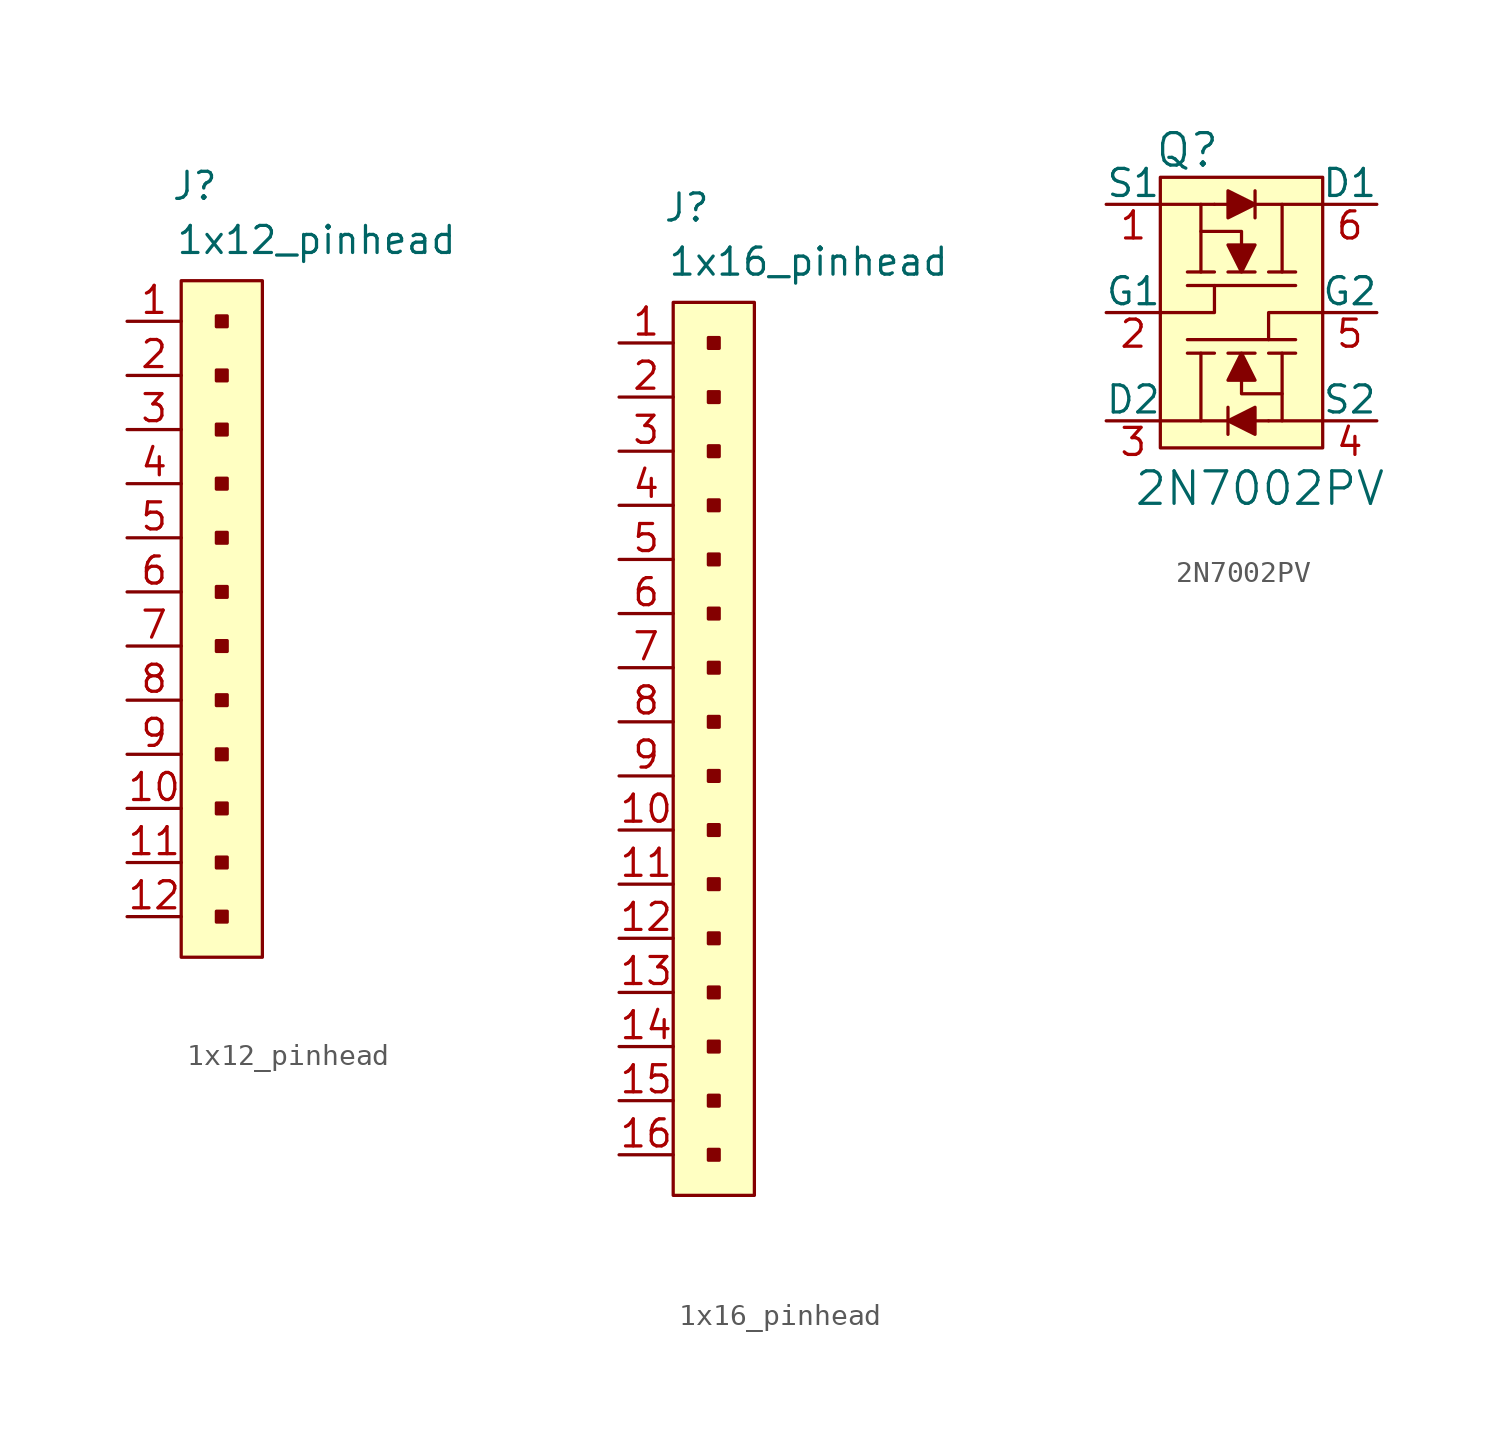
<source format=kicad_sym>
(kicad_symbol_lib
  (version 20211014)
  (generator kicad_symbol_editor)
  (symbol "1x12_pinhead"
    (pin_names
      (offset 1.016))
    (property "Reference" "J"
      (at 3.175 2.54 0)
      (effects (font (size 1.27 1.27))))
    (property "Value" "1x12_pinhead"
      (at 8.89 0 0)
      (effects (font (size 1.27 1.27))))
    (symbol "1x12_pinhead_0_1"
      (rectangle (start 2.54 -1.905) (end 6.35 -33.655) (stroke (width 0) (type default) (color 0 0 0 0)) (fill (type background))))
    (symbol "1x12_pinhead_1_1"
      (rectangle (start 4.191 -31.496) (end 4.699 -32.004) (stroke (width 0) (type default) (color 0 0 0 0)) (fill (type outline)))
      (rectangle (start 4.191 -28.956) (end 4.699 -29.464) (stroke (width 0) (type default) (color 0 0 0 0)) (fill (type outline)))
      (rectangle (start 4.191 -26.416) (end 4.699 -26.924) (stroke (width 0) (type default) (color 0 0 0 0)) (fill (type outline)))
      (rectangle (start 4.191 -23.876) (end 4.699 -24.384) (stroke (width 0) (type default) (color 0 0 0 0)) (fill (type outline)))
      (rectangle (start 4.191 -21.336) (end 4.699 -21.844) (stroke (width 0) (type default) (color 0 0 0 0)) (fill (type outline)))
      (rectangle (start 4.191 -18.796) (end 4.699 -19.304) (stroke (width 0) (type default) (color 0 0 0 0)) (fill (type outline)))
      (rectangle (start 4.191 -16.256) (end 4.699 -16.764) (stroke (width 0) (type default) (color 0 0 0 0)) (fill (type outline)))
      (rectangle (start 4.191 -13.716) (end 4.699 -14.224) (stroke (width 0) (type default) (color 0 0 0 0)) (fill (type outline)))
      (rectangle (start 4.191 -11.176) (end 4.699 -11.684) (stroke (width 0) (type default) (color 0 0 0 0)) (fill (type outline)))
      (rectangle (start 4.191 -8.636) (end 4.699 -9.144) (stroke (width 0) (type default) (color 0 0 0 0)) (fill (type outline)))
      (rectangle (start 4.191 -6.096) (end 4.699 -6.604) (stroke (width 0) (type default) (color 0 0 0 0)) (fill (type outline)))
      (rectangle (start 4.191 -3.556) (end 4.699 -4.064) (stroke (width 0) (type default) (color 0 0 0 0)) (fill (type outline)))
      (pin input line (at 0 -3.81 0) (length 2.54) (name "~" (effects (font (size 1.27 1.27)))) (number "1" (effects (font (size 1.27 1.27)))))
      (pin input line (at 0 -26.67 0) (length 2.54) (name "~" (effects (font (size 1.27 1.27)))) (number "10" (effects (font (size 1.27 1.27)))))
      (pin input line (at 0 -29.21 0) (length 2.54) (name "~" (effects (font (size 1.27 1.27)))) (number "11" (effects (font (size 1.27 1.27)))))
      (pin input line (at 0 -31.75 0) (length 2.54) (name "~" (effects (font (size 1.27 1.27)))) (number "12" (effects (font (size 1.27 1.27)))))
      (pin input line (at 0 -6.35 0) (length 2.54) (name "~" (effects (font (size 1.27 1.27)))) (number "2" (effects (font (size 1.27 1.27)))))
      (pin input line (at 0 -8.89 0) (length 2.54) (name "~" (effects (font (size 1.27 1.27)))) (number "3" (effects (font (size 1.27 1.27)))))
      (pin input line (at 0 -11.43 0) (length 2.54) (name "~" (effects (font (size 1.27 1.27)))) (number "4" (effects (font (size 1.27 1.27)))))
      (pin input line (at 0 -13.97 0) (length 2.54) (name "~" (effects (font (size 1.27 1.27)))) (number "5" (effects (font (size 1.27 1.27)))))
      (pin input line (at 0 -16.51 0) (length 2.54) (name "~" (effects (font (size 1.27 1.27)))) (number "6" (effects (font (size 1.27 1.27)))))
      (pin input line (at 0 -19.05 0) (length 2.54) (name "~" (effects (font (size 1.27 1.27)))) (number "7" (effects (font (size 1.27 1.27)))))
      (pin input line (at 0 -21.59 0) (length 2.54) (name "~" (effects (font (size 1.27 1.27)))) (number "8" (effects (font (size 1.27 1.27)))))
      (pin input line (at 0 -24.13 0) (length 2.54) (name "~" (effects (font (size 1.27 1.27)))) (number "9" (effects (font (size 1.27 1.27)))))))
  (symbol "1x16_pinhead"
    (pin_names
      (offset 1.016))
    (property "Reference" "J"
      (at 3.175 2.54 0)
      (effects (font (size 1.27 1.27))))
    (property "Value" "1x16_pinhead"
      (at 8.89 0 0)
      (effects (font (size 1.27 1.27))))
    (symbol "1x16_pinhead_0_1"
      (rectangle (start 2.54 -1.905) (end 6.35 -43.815) (stroke (width 0) (type default) (color 0 0 0 0)) (fill (type background))))
    (symbol "1x16_pinhead_1_1"
      (rectangle (start 4.191 -41.656) (end 4.699 -42.164) (stroke (width 0) (type default) (color 0 0 0 0)) (fill (type outline)))
      (rectangle (start 4.191 -39.116) (end 4.699 -39.624) (stroke (width 0) (type default) (color 0 0 0 0)) (fill (type outline)))
      (rectangle (start 4.191 -36.576) (end 4.699 -37.084) (stroke (width 0) (type default) (color 0 0 0 0)) (fill (type outline)))
      (rectangle (start 4.191 -34.036) (end 4.699 -34.544) (stroke (width 0) (type default) (color 0 0 0 0)) (fill (type outline)))
      (rectangle (start 4.191 -31.496) (end 4.699 -32.004) (stroke (width 0) (type default) (color 0 0 0 0)) (fill (type outline)))
      (rectangle (start 4.191 -28.956) (end 4.699 -29.464) (stroke (width 0) (type default) (color 0 0 0 0)) (fill (type outline)))
      (rectangle (start 4.191 -26.416) (end 4.699 -26.924) (stroke (width 0) (type default) (color 0 0 0 0)) (fill (type outline)))
      (rectangle (start 4.191 -23.876) (end 4.699 -24.384) (stroke (width 0) (type default) (color 0 0 0 0)) (fill (type outline)))
      (rectangle (start 4.191 -21.336) (end 4.699 -21.844) (stroke (width 0) (type default) (color 0 0 0 0)) (fill (type outline)))
      (rectangle (start 4.191 -18.796) (end 4.699 -19.304) (stroke (width 0) (type default) (color 0 0 0 0)) (fill (type outline)))
      (rectangle (start 4.191 -16.256) (end 4.699 -16.764) (stroke (width 0) (type default) (color 0 0 0 0)) (fill (type outline)))
      (rectangle (start 4.191 -13.716) (end 4.699 -14.224) (stroke (width 0) (type default) (color 0 0 0 0)) (fill (type outline)))
      (rectangle (start 4.191 -11.176) (end 4.699 -11.684) (stroke (width 0) (type default) (color 0 0 0 0)) (fill (type outline)))
      (rectangle (start 4.191 -8.636) (end 4.699 -9.144) (stroke (width 0) (type default) (color 0 0 0 0)) (fill (type outline)))
      (rectangle (start 4.191 -6.096) (end 4.699 -6.604) (stroke (width 0) (type default) (color 0 0 0 0)) (fill (type outline)))
      (rectangle (start 4.191 -3.556) (end 4.699 -4.064) (stroke (width 0) (type default) (color 0 0 0 0)) (fill (type outline)))
      (pin input line (at 0 -3.81 0) (length 2.54) (name "~" (effects (font (size 1.27 1.27)))) (number "1" (effects (font (size 1.27 1.27)))))
      (pin input line (at 0 -26.67 0) (length 2.54) (name "~" (effects (font (size 1.27 1.27)))) (number "10" (effects (font (size 1.27 1.27)))))
      (pin input line (at 0 -29.21 0) (length 2.54) (name "~" (effects (font (size 1.27 1.27)))) (number "11" (effects (font (size 1.27 1.27)))))
      (pin input line (at 0 -31.75 0) (length 2.54) (name "~" (effects (font (size 1.27 1.27)))) (number "12" (effects (font (size 1.27 1.27)))))
      (pin input line (at 0 -34.29 0) (length 2.54) (name "~" (effects (font (size 1.27 1.27)))) (number "13" (effects (font (size 1.27 1.27)))))
      (pin input line (at 0 -36.83 0) (length 2.54) (name "~" (effects (font (size 1.27 1.27)))) (number "14" (effects (font (size 1.27 1.27)))))
      (pin input line (at 0 -39.37 0) (length 2.54) (name "~" (effects (font (size 1.27 1.27)))) (number "15" (effects (font (size 1.27 1.27)))))
      (pin input line (at 0 -41.91 0) (length 2.54) (name "~" (effects (font (size 1.27 1.27)))) (number "16" (effects (font (size 1.27 1.27)))))
      (pin input line (at 0 -6.35 0) (length 2.54) (name "~" (effects (font (size 1.27 1.27)))) (number "2" (effects (font (size 1.27 1.27)))))
      (pin input line (at 0 -8.89 0) (length 2.54) (name "~" (effects (font (size 1.27 1.27)))) (number "3" (effects (font (size 1.27 1.27)))))
      (pin input line (at 0 -11.43 0) (length 2.54) (name "~" (effects (font (size 1.27 1.27)))) (number "4" (effects (font (size 1.27 1.27)))))
      (pin input line (at 0 -13.97 0) (length 2.54) (name "~" (effects (font (size 1.27 1.27)))) (number "5" (effects (font (size 1.27 1.27)))))
      (pin input line (at 0 -16.51 0) (length 2.54) (name "~" (effects (font (size 1.27 1.27)))) (number "6" (effects (font (size 1.27 1.27)))))
      (pin input line (at 0 -19.05 0) (length 2.54) (name "~" (effects (font (size 1.27 1.27)))) (number "7" (effects (font (size 1.27 1.27)))))
      (pin input line (at 0 -21.59 0) (length 2.54) (name "~" (effects (font (size 1.27 1.27)))) (number "8" (effects (font (size 1.27 1.27)))))
      (pin input line (at 0 -24.13 0) (length 2.54) (name "~" (effects (font (size 1.27 1.27)))) (number "9" (effects (font (size 1.27 1.27)))))))
  (symbol "2N7002PV"
    (pin_names
      (offset 0))
    (property "Reference" "Q"
      (at -3.81 7.62 0)
      (effects (font (size 1.524 1.524))))
    (property "Value" "2N7002PV"
      (at -6.35 -8.255 0)
      (effects (font (size 1.524 1.524)) (justify left)))
    (symbol "2N7002PV_0_1"
      (polyline (pts (xy -3.175 3.81) (xy -3.175 5.08)) (stroke (width 0) (type default) (color 0 0 0 0)) (fill (type none)))
      (polyline (pts (xy -2.54 1.905) (xy -3.81 1.905)) (stroke (width 0) (type default) (color 0 0 0 0)) (fill (type none)))
      (polyline (pts (xy -2.54 5.08) (xy -5.08 5.08)) (stroke (width 0) (type default) (color 0 0 0 0)) (fill (type none)))
      (polyline (pts (xy -2.54 5.08) (xy 2.54 5.08)) (stroke (width 0) (type default) (color 0 0 0 0)) (fill (type none)))
      (polyline (pts (xy -1.905 1.905) (xy -0.635 1.905)) (stroke (width 0) (type default) (color 0 0 0 0)) (fill (type none)))
      (polyline (pts (xy 0 1.905) (xy 1.27 1.905)) (stroke (width 0) (type default) (color 0 0 0 0)) (fill (type none)))
      (polyline (pts (xy 0.635 1.905) (xy 0.635 5.08)) (stroke (width 0) (type default) (color 0 0 0 0)) (fill (type none)))
      (polyline (pts (xy 1.27 1.27) (xy -3.81 1.27)) (stroke (width 0) (type default) (color 0 0 0 0)) (fill (type none)))
      (polyline (pts (xy -5.08 0) (xy -2.54 0) (xy -2.54 1.27)) (stroke (width 0) (type default) (color 0 0 0 0)) (fill (type none)))
      (polyline (pts (xy -1.905 3.175) (xy -1.27 1.905) (xy -0.635 3.175) (xy -1.905 3.175)) (stroke (width 0) (type default) (color 0 0 0 0)) (fill (type outline)))
      (polyline (pts (xy -1.27 3.175) (xy -1.27 3.81) (xy -3.175 3.81) (xy -3.175 1.905)) (stroke (width 0) (type default) (color 0 0 0 0)) (fill (type none)))
      (polyline (pts (xy -5.08 6.35) (xy 2.54 6.35) (xy 2.54 -6.35) (xy -5.08 -6.35) (xy -5.08 6.35)) (stroke (width 0) (type default) (color 0 0 0 0)) (fill (type background))))
    (symbol "2N7002PV_1_1"
      (polyline (pts (xy -3.81 -1.27) (xy 1.27 -1.27)) (stroke (width 0) (type default) (color 0 0 0 0)) (fill (type none)))
      (polyline (pts (xy -3.175 -1.905) (xy -3.175 -5.08)) (stroke (width 0) (type default) (color 0 0 0 0)) (fill (type none)))
      (polyline (pts (xy -2.54 -1.905) (xy -3.81 -1.905)) (stroke (width 0) (type default) (color 0 0 0 0)) (fill (type none)))
      (polyline (pts (xy -1.905 -4.445) (xy -1.905 -5.715)) (stroke (width 0) (type default) (color 0 0 0 0)) (fill (type none)))
      (polyline (pts (xy -0.635 -1.905) (xy -1.905 -1.905)) (stroke (width 0) (type default) (color 0 0 0 0)) (fill (type none)))
      (polyline (pts (xy -0.635 4.445) (xy -0.635 5.715)) (stroke (width 0) (type default) (color 0 0 0 0)) (fill (type none)))
      (polyline (pts (xy 0 -5.08) (xy -5.08 -5.08)) (stroke (width 0) (type default) (color 0 0 0 0)) (fill (type none)))
      (polyline (pts (xy 0 -5.08) (xy 2.54 -5.08)) (stroke (width 0) (type default) (color 0 0 0 0)) (fill (type none)))
      (polyline (pts (xy 0 -1.905) (xy 1.27 -1.905)) (stroke (width 0) (type default) (color 0 0 0 0)) (fill (type none)))
      (polyline (pts (xy 0.635 -3.81) (xy 0.635 -5.08)) (stroke (width 0) (type default) (color 0 0 0 0)) (fill (type none)))
      (polyline (pts (xy 2.54 0) (xy 0 0) (xy 0 -1.27)) (stroke (width 0) (type default) (color 0 0 0 0)) (fill (type none)))
      (polyline (pts (xy -1.905 4.445) (xy -0.635 5.08) (xy -1.905 5.715) (xy -1.905 4.445)) (stroke (width 0) (type default) (color 0 0 0 0)) (fill (type outline)))
      (polyline (pts (xy -1.27 -3.175) (xy -1.27 -3.81) (xy 0.635 -3.81) (xy 0.635 -1.905)) (stroke (width 0) (type default) (color 0 0 0 0)) (fill (type none)))
      (polyline (pts (xy -0.635 -4.445) (xy -1.905 -5.08) (xy -0.635 -5.715) (xy -0.635 -4.445)) (stroke (width 0) (type default) (color 0 0 0 0)) (fill (type outline)))
      (polyline (pts (xy -0.635 -3.175) (xy -1.27 -1.905) (xy -1.905 -3.175) (xy -0.635 -3.175)) (stroke (width 0) (type default) (color 0 0 0 0)) (fill (type outline)))
      (pin input line (at -7.62 5.08 0) (length 2.54) (name "S1" (effects (font (size 1.27 1.27)))) (number "1" (effects (font (size 1.27 1.27)))))
      (pin input line (at -7.62 0 0) (length 2.54) (name "G1" (effects (font (size 1.27 1.27)))) (number "2" (effects (font (size 1.27 1.27)))))
      (pin output line (at -7.62 -5.08 0) (length 2.54) (name "D2" (effects (font (size 1.27 1.27)))) (number "3" (effects (font (size 1.27 1.27)))))
      (pin input line (at 5.08 -5.08 180) (length 2.54) (name "S2" (effects (font (size 1.27 1.27)))) (number "4" (effects (font (size 1.27 1.27)))))
      (pin input line (at 5.08 0 180) (length 2.54) (name "G2" (effects (font (size 1.27 1.27)))) (number "5" (effects (font (size 1.27 1.27)))))
      (pin output line (at 5.08 5.08 180) (length 2.54) (name "D1" (effects (font (size 1.27 1.27)))) (number "6" (effects (font (size 1.27 1.27))))))))
</source>
